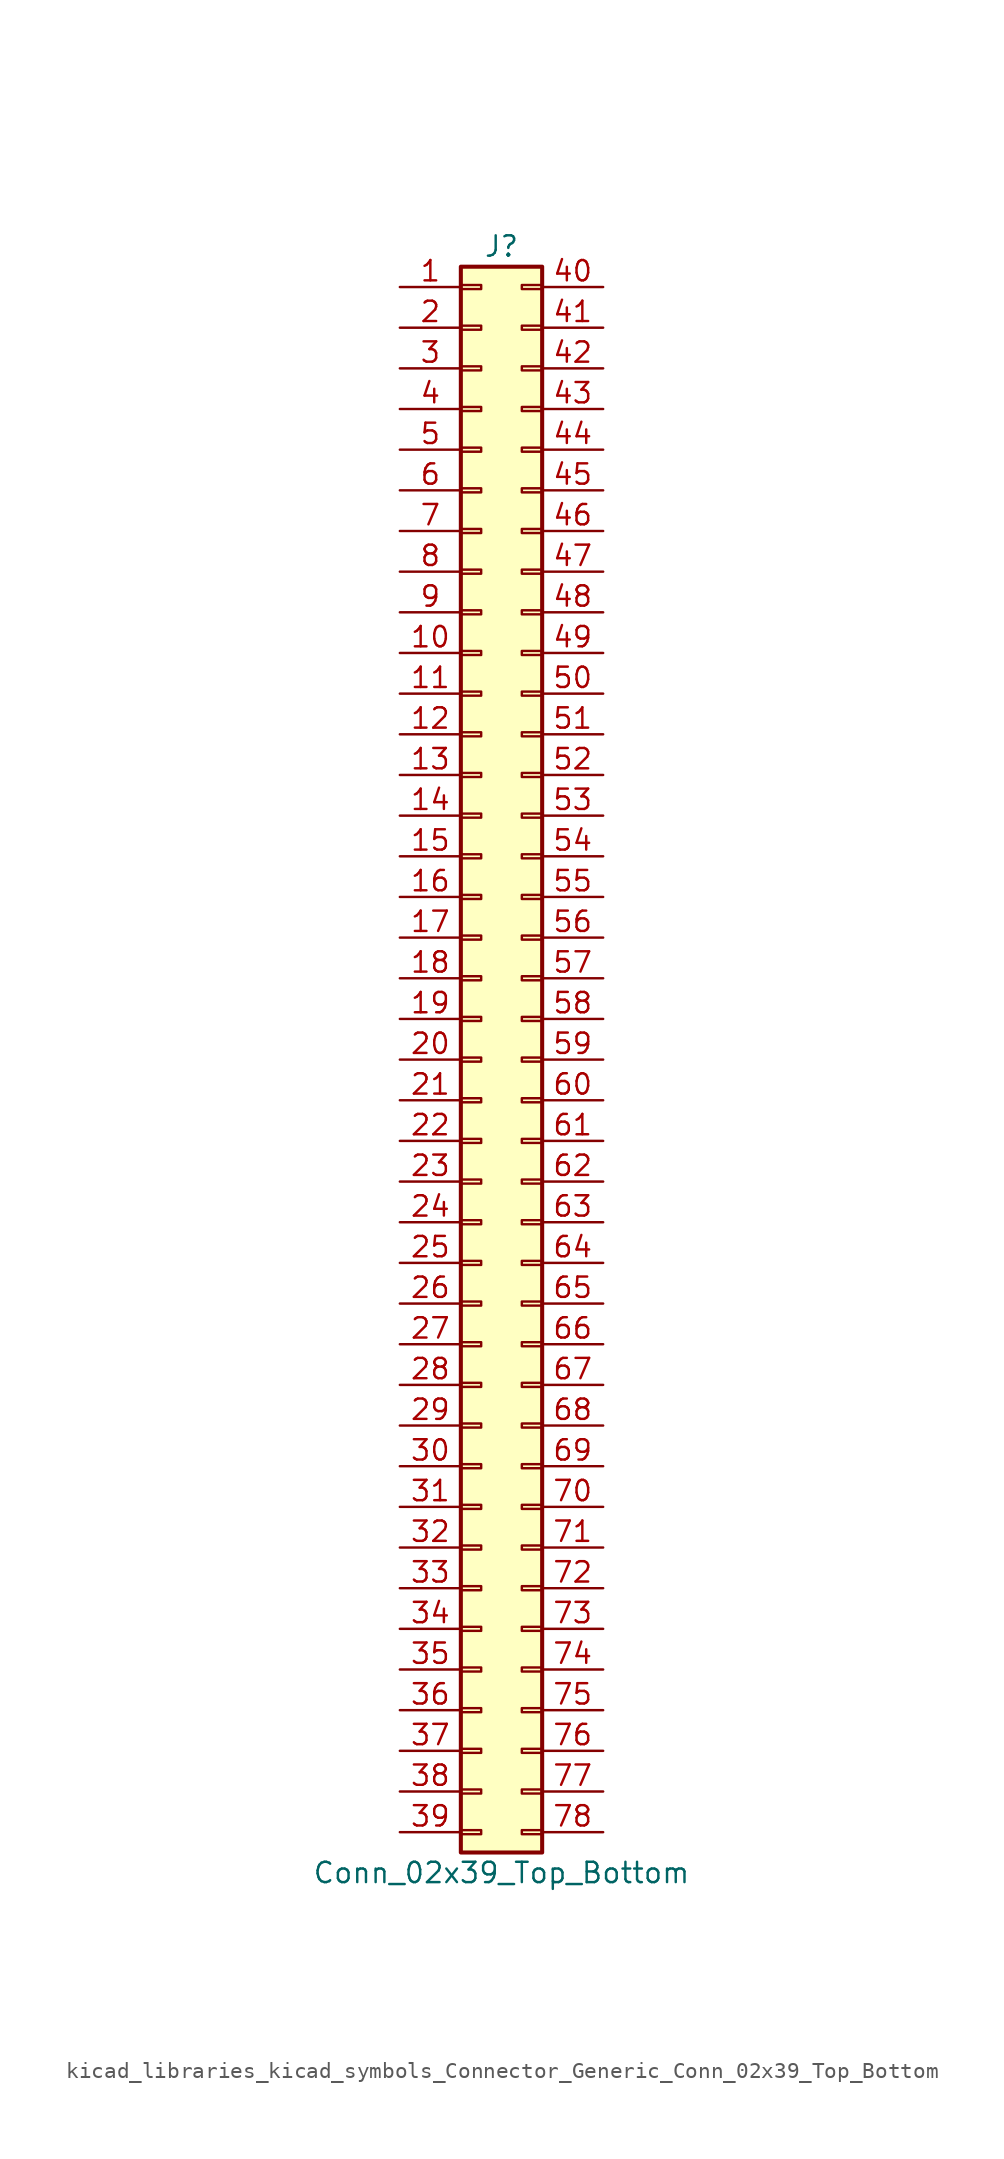
<source format=kicad_sym>
(kicad_symbol_lib
  (version 20220914)
  (generator kicad_symbol_editor)
  (symbol "kicad_libraries_kicad_symbols_Connector_Generic_Conn_02x39_Top_Bottom"
    (pin_names
      (offset 1.016) hide)
    (property "Reference" "J"
      (at 1.27 50.8 0)
      (effects (font (size 1.27 1.27))))
    (property "Value" "Conn_02x39_Top_Bottom"
      (at 1.27 -50.8 0)
      (effects (font (size 1.27 1.27))))
    (symbol "kicad_libraries_kicad_symbols_Connector_Generic_Conn_02x39_Top_Bottom_1_1"
      (rectangle (start -1.27 -48.133) (end 0 -48.387) (stroke (width 0.152) (type default)) (fill (type none)))
      (rectangle (start -1.27 -45.593) (end 0 -45.847) (stroke (width 0.152) (type default)) (fill (type none)))
      (rectangle (start -1.27 -43.053) (end 0 -43.307) (stroke (width 0.152) (type default)) (fill (type none)))
      (rectangle (start -1.27 -40.513) (end 0 -40.767) (stroke (width 0.152) (type default)) (fill (type none)))
      (rectangle (start -1.27 -37.973) (end 0 -38.227) (stroke (width 0.152) (type default)) (fill (type none)))
      (rectangle (start -1.27 -35.433) (end 0 -35.687) (stroke (width 0.152) (type default)) (fill (type none)))
      (rectangle (start -1.27 -32.893) (end 0 -33.147) (stroke (width 0.152) (type default)) (fill (type none)))
      (rectangle (start -1.27 -30.353) (end 0 -30.607) (stroke (width 0.152) (type default)) (fill (type none)))
      (rectangle (start -1.27 -27.813) (end 0 -28.067) (stroke (width 0.152) (type default)) (fill (type none)))
      (rectangle (start -1.27 -25.273) (end 0 -25.527) (stroke (width 0.152) (type default)) (fill (type none)))
      (rectangle (start -1.27 -22.733) (end 0 -22.987) (stroke (width 0.152) (type default)) (fill (type none)))
      (rectangle (start -1.27 -20.193) (end 0 -20.447) (stroke (width 0.152) (type default)) (fill (type none)))
      (rectangle (start -1.27 -17.653) (end 0 -17.907) (stroke (width 0.152) (type default)) (fill (type none)))
      (rectangle (start -1.27 -15.113) (end 0 -15.367) (stroke (width 0.152) (type default)) (fill (type none)))
      (rectangle (start -1.27 -12.573) (end 0 -12.827) (stroke (width 0.152) (type default)) (fill (type none)))
      (rectangle (start -1.27 -10.033) (end 0 -10.287) (stroke (width 0.152) (type default)) (fill (type none)))
      (rectangle (start -1.27 -7.493) (end 0 -7.747) (stroke (width 0.152) (type default)) (fill (type none)))
      (rectangle (start -1.27 -4.953) (end 0 -5.207) (stroke (width 0.152) (type default)) (fill (type none)))
      (rectangle (start -1.27 -2.413) (end 0 -2.667) (stroke (width 0.152) (type default)) (fill (type none)))
      (rectangle (start -1.27 0.127) (end 0 -0.127) (stroke (width 0.152) (type default)) (fill (type none)))
      (rectangle (start -1.27 2.667) (end 0 2.413) (stroke (width 0.152) (type default)) (fill (type none)))
      (rectangle (start -1.27 5.207) (end 0 4.953) (stroke (width 0.152) (type default)) (fill (type none)))
      (rectangle (start -1.27 7.747) (end 0 7.493) (stroke (width 0.152) (type default)) (fill (type none)))
      (rectangle (start -1.27 10.287) (end 0 10.033) (stroke (width 0.152) (type default)) (fill (type none)))
      (rectangle (start -1.27 12.827) (end 0 12.573) (stroke (width 0.152) (type default)) (fill (type none)))
      (rectangle (start -1.27 15.367) (end 0 15.113) (stroke (width 0.152) (type default)) (fill (type none)))
      (rectangle (start -1.27 17.907) (end 0 17.653) (stroke (width 0.152) (type default)) (fill (type none)))
      (rectangle (start -1.27 20.447) (end 0 20.193) (stroke (width 0.152) (type default)) (fill (type none)))
      (rectangle (start -1.27 22.987) (end 0 22.733) (stroke (width 0.152) (type default)) (fill (type none)))
      (rectangle (start -1.27 25.527) (end 0 25.273) (stroke (width 0.152) (type default)) (fill (type none)))
      (rectangle (start -1.27 28.067) (end 0 27.813) (stroke (width 0.152) (type default)) (fill (type none)))
      (rectangle (start -1.27 30.607) (end 0 30.353) (stroke (width 0.152) (type default)) (fill (type none)))
      (rectangle (start -1.27 33.147) (end 0 32.893) (stroke (width 0.152) (type default)) (fill (type none)))
      (rectangle (start -1.27 35.687) (end 0 35.433) (stroke (width 0.152) (type default)) (fill (type none)))
      (rectangle (start -1.27 38.227) (end 0 37.973) (stroke (width 0.152) (type default)) (fill (type none)))
      (rectangle (start -1.27 40.767) (end 0 40.513) (stroke (width 0.152) (type default)) (fill (type none)))
      (rectangle (start -1.27 43.307) (end 0 43.053) (stroke (width 0.152) (type default)) (fill (type none)))
      (rectangle (start -1.27 45.847) (end 0 45.593) (stroke (width 0.152) (type default)) (fill (type none)))
      (rectangle (start -1.27 48.387) (end 0 48.133) (stroke (width 0.152) (type default)) (fill (type none)))
      (rectangle (start -1.27 49.53) (end 3.81 -49.53) (stroke (width 0.254) (type default)) (fill (type background)))
      (rectangle (start 3.81 -48.133) (end 2.54 -48.387) (stroke (width 0.152) (type default)) (fill (type none)))
      (rectangle (start 3.81 -45.593) (end 2.54 -45.847) (stroke (width 0.152) (type default)) (fill (type none)))
      (rectangle (start 3.81 -43.053) (end 2.54 -43.307) (stroke (width 0.152) (type default)) (fill (type none)))
      (rectangle (start 3.81 -40.513) (end 2.54 -40.767) (stroke (width 0.152) (type default)) (fill (type none)))
      (rectangle (start 3.81 -37.973) (end 2.54 -38.227) (stroke (width 0.152) (type default)) (fill (type none)))
      (rectangle (start 3.81 -35.433) (end 2.54 -35.687) (stroke (width 0.152) (type default)) (fill (type none)))
      (rectangle (start 3.81 -32.893) (end 2.54 -33.147) (stroke (width 0.152) (type default)) (fill (type none)))
      (rectangle (start 3.81 -30.353) (end 2.54 -30.607) (stroke (width 0.152) (type default)) (fill (type none)))
      (rectangle (start 3.81 -27.813) (end 2.54 -28.067) (stroke (width 0.152) (type default)) (fill (type none)))
      (rectangle (start 3.81 -25.273) (end 2.54 -25.527) (stroke (width 0.152) (type default)) (fill (type none)))
      (rectangle (start 3.81 -22.733) (end 2.54 -22.987) (stroke (width 0.152) (type default)) (fill (type none)))
      (rectangle (start 3.81 -20.193) (end 2.54 -20.447) (stroke (width 0.152) (type default)) (fill (type none)))
      (rectangle (start 3.81 -17.653) (end 2.54 -17.907) (stroke (width 0.152) (type default)) (fill (type none)))
      (rectangle (start 3.81 -15.113) (end 2.54 -15.367) (stroke (width 0.152) (type default)) (fill (type none)))
      (rectangle (start 3.81 -12.573) (end 2.54 -12.827) (stroke (width 0.152) (type default)) (fill (type none)))
      (rectangle (start 3.81 -10.033) (end 2.54 -10.287) (stroke (width 0.152) (type default)) (fill (type none)))
      (rectangle (start 3.81 -7.493) (end 2.54 -7.747) (stroke (width 0.152) (type default)) (fill (type none)))
      (rectangle (start 3.81 -4.953) (end 2.54 -5.207) (stroke (width 0.152) (type default)) (fill (type none)))
      (rectangle (start 3.81 -2.413) (end 2.54 -2.667) (stroke (width 0.152) (type default)) (fill (type none)))
      (rectangle (start 3.81 0.127) (end 2.54 -0.127) (stroke (width 0.152) (type default)) (fill (type none)))
      (rectangle (start 3.81 2.667) (end 2.54 2.413) (stroke (width 0.152) (type default)) (fill (type none)))
      (rectangle (start 3.81 5.207) (end 2.54 4.953) (stroke (width 0.152) (type default)) (fill (type none)))
      (rectangle (start 3.81 7.747) (end 2.54 7.493) (stroke (width 0.152) (type default)) (fill (type none)))
      (rectangle (start 3.81 10.287) (end 2.54 10.033) (stroke (width 0.152) (type default)) (fill (type none)))
      (rectangle (start 3.81 12.827) (end 2.54 12.573) (stroke (width 0.152) (type default)) (fill (type none)))
      (rectangle (start 3.81 15.367) (end 2.54 15.113) (stroke (width 0.152) (type default)) (fill (type none)))
      (rectangle (start 3.81 17.907) (end 2.54 17.653) (stroke (width 0.152) (type default)) (fill (type none)))
      (rectangle (start 3.81 20.447) (end 2.54 20.193) (stroke (width 0.152) (type default)) (fill (type none)))
      (rectangle (start 3.81 22.987) (end 2.54 22.733) (stroke (width 0.152) (type default)) (fill (type none)))
      (rectangle (start 3.81 25.527) (end 2.54 25.273) (stroke (width 0.152) (type default)) (fill (type none)))
      (rectangle (start 3.81 28.067) (end 2.54 27.813) (stroke (width 0.152) (type default)) (fill (type none)))
      (rectangle (start 3.81 30.607) (end 2.54 30.353) (stroke (width 0.152) (type default)) (fill (type none)))
      (rectangle (start 3.81 33.147) (end 2.54 32.893) (stroke (width 0.152) (type default)) (fill (type none)))
      (rectangle (start 3.81 35.687) (end 2.54 35.433) (stroke (width 0.152) (type default)) (fill (type none)))
      (rectangle (start 3.81 38.227) (end 2.54 37.973) (stroke (width 0.152) (type default)) (fill (type none)))
      (rectangle (start 3.81 40.767) (end 2.54 40.513) (stroke (width 0.152) (type default)) (fill (type none)))
      (rectangle (start 3.81 43.307) (end 2.54 43.053) (stroke (width 0.152) (type default)) (fill (type none)))
      (rectangle (start 3.81 45.847) (end 2.54 45.593) (stroke (width 0.152) (type default)) (fill (type none)))
      (rectangle (start 3.81 48.387) (end 2.54 48.133) (stroke (width 0.152) (type default)) (fill (type none)))
      (pin passive line (at -5.08 48.26 0) (length 3.81) (name "Pin_1" (effects (font (size 1.27 1.27)))) (number "1" (effects (font (size 1.27 1.27)))))
      (pin passive line (at -5.08 25.4 0) (length 3.81) (name "Pin_10" (effects (font (size 1.27 1.27)))) (number "10" (effects (font (size 1.27 1.27)))))
      (pin passive line (at -5.08 22.86 0) (length 3.81) (name "Pin_11" (effects (font (size 1.27 1.27)))) (number "11" (effects (font (size 1.27 1.27)))))
      (pin passive line (at -5.08 20.32 0) (length 3.81) (name "Pin_12" (effects (font (size 1.27 1.27)))) (number "12" (effects (font (size 1.27 1.27)))))
      (pin passive line (at -5.08 17.78 0) (length 3.81) (name "Pin_13" (effects (font (size 1.27 1.27)))) (number "13" (effects (font (size 1.27 1.27)))))
      (pin passive line (at -5.08 15.24 0) (length 3.81) (name "Pin_14" (effects (font (size 1.27 1.27)))) (number "14" (effects (font (size 1.27 1.27)))))
      (pin passive line (at -5.08 12.7 0) (length 3.81) (name "Pin_15" (effects (font (size 1.27 1.27)))) (number "15" (effects (font (size 1.27 1.27)))))
      (pin passive line (at -5.08 10.16 0) (length 3.81) (name "Pin_16" (effects (font (size 1.27 1.27)))) (number "16" (effects (font (size 1.27 1.27)))))
      (pin passive line (at -5.08 7.62 0) (length 3.81) (name "Pin_17" (effects (font (size 1.27 1.27)))) (number "17" (effects (font (size 1.27 1.27)))))
      (pin passive line (at -5.08 5.08 0) (length 3.81) (name "Pin_18" (effects (font (size 1.27 1.27)))) (number "18" (effects (font (size 1.27 1.27)))))
      (pin passive line (at -5.08 2.54 0) (length 3.81) (name "Pin_19" (effects (font (size 1.27 1.27)))) (number "19" (effects (font (size 1.27 1.27)))))
      (pin passive line (at -5.08 45.72 0) (length 3.81) (name "Pin_2" (effects (font (size 1.27 1.27)))) (number "2" (effects (font (size 1.27 1.27)))))
      (pin passive line (at -5.08 0 0) (length 3.81) (name "Pin_20" (effects (font (size 1.27 1.27)))) (number "20" (effects (font (size 1.27 1.27)))))
      (pin passive line (at -5.08 -2.54 0) (length 3.81) (name "Pin_21" (effects (font (size 1.27 1.27)))) (number "21" (effects (font (size 1.27 1.27)))))
      (pin passive line (at -5.08 -5.08 0) (length 3.81) (name "Pin_22" (effects (font (size 1.27 1.27)))) (number "22" (effects (font (size 1.27 1.27)))))
      (pin passive line (at -5.08 -7.62 0) (length 3.81) (name "Pin_23" (effects (font (size 1.27 1.27)))) (number "23" (effects (font (size 1.27 1.27)))))
      (pin passive line (at -5.08 -10.16 0) (length 3.81) (name "Pin_24" (effects (font (size 1.27 1.27)))) (number "24" (effects (font (size 1.27 1.27)))))
      (pin passive line (at -5.08 -12.7 0) (length 3.81) (name "Pin_25" (effects (font (size 1.27 1.27)))) (number "25" (effects (font (size 1.27 1.27)))))
      (pin passive line (at -5.08 -15.24 0) (length 3.81) (name "Pin_26" (effects (font (size 1.27 1.27)))) (number "26" (effects (font (size 1.27 1.27)))))
      (pin passive line (at -5.08 -17.78 0) (length 3.81) (name "Pin_27" (effects (font (size 1.27 1.27)))) (number "27" (effects (font (size 1.27 1.27)))))
      (pin passive line (at -5.08 -20.32 0) (length 3.81) (name "Pin_28" (effects (font (size 1.27 1.27)))) (number "28" (effects (font (size 1.27 1.27)))))
      (pin passive line (at -5.08 -22.86 0) (length 3.81) (name "Pin_29" (effects (font (size 1.27 1.27)))) (number "29" (effects (font (size 1.27 1.27)))))
      (pin passive line (at -5.08 43.18 0) (length 3.81) (name "Pin_3" (effects (font (size 1.27 1.27)))) (number "3" (effects (font (size 1.27 1.27)))))
      (pin passive line (at -5.08 -25.4 0) (length 3.81) (name "Pin_30" (effects (font (size 1.27 1.27)))) (number "30" (effects (font (size 1.27 1.27)))))
      (pin passive line (at -5.08 -27.94 0) (length 3.81) (name "Pin_31" (effects (font (size 1.27 1.27)))) (number "31" (effects (font (size 1.27 1.27)))))
      (pin passive line (at -5.08 -30.48 0) (length 3.81) (name "Pin_32" (effects (font (size 1.27 1.27)))) (number "32" (effects (font (size 1.27 1.27)))))
      (pin passive line (at -5.08 -33.02 0) (length 3.81) (name "Pin_33" (effects (font (size 1.27 1.27)))) (number "33" (effects (font (size 1.27 1.27)))))
      (pin passive line (at -5.08 -35.56 0) (length 3.81) (name "Pin_34" (effects (font (size 1.27 1.27)))) (number "34" (effects (font (size 1.27 1.27)))))
      (pin passive line (at -5.08 -38.1 0) (length 3.81) (name "Pin_35" (effects (font (size 1.27 1.27)))) (number "35" (effects (font (size 1.27 1.27)))))
      (pin passive line (at -5.08 -40.64 0) (length 3.81) (name "Pin_36" (effects (font (size 1.27 1.27)))) (number "36" (effects (font (size 1.27 1.27)))))
      (pin passive line (at -5.08 -43.18 0) (length 3.81) (name "Pin_37" (effects (font (size 1.27 1.27)))) (number "37" (effects (font (size 1.27 1.27)))))
      (pin passive line (at -5.08 -45.72 0) (length 3.81) (name "Pin_38" (effects (font (size 1.27 1.27)))) (number "38" (effects (font (size 1.27 1.27)))))
      (pin passive line (at -5.08 -48.26 0) (length 3.81) (name "Pin_39" (effects (font (size 1.27 1.27)))) (number "39" (effects (font (size 1.27 1.27)))))
      (pin passive line (at -5.08 40.64 0) (length 3.81) (name "Pin_4" (effects (font (size 1.27 1.27)))) (number "4" (effects (font (size 1.27 1.27)))))
      (pin passive line (at 7.62 48.26 180) (length 3.81) (name "Pin_40" (effects (font (size 1.27 1.27)))) (number "40" (effects (font (size 1.27 1.27)))))
      (pin passive line (at 7.62 45.72 180) (length 3.81) (name "Pin_41" (effects (font (size 1.27 1.27)))) (number "41" (effects (font (size 1.27 1.27)))))
      (pin passive line (at 7.62 43.18 180) (length 3.81) (name "Pin_42" (effects (font (size 1.27 1.27)))) (number "42" (effects (font (size 1.27 1.27)))))
      (pin passive line (at 7.62 40.64 180) (length 3.81) (name "Pin_43" (effects (font (size 1.27 1.27)))) (number "43" (effects (font (size 1.27 1.27)))))
      (pin passive line (at 7.62 38.1 180) (length 3.81) (name "Pin_44" (effects (font (size 1.27 1.27)))) (number "44" (effects (font (size 1.27 1.27)))))
      (pin passive line (at 7.62 35.56 180) (length 3.81) (name "Pin_45" (effects (font (size 1.27 1.27)))) (number "45" (effects (font (size 1.27 1.27)))))
      (pin passive line (at 7.62 33.02 180) (length 3.81) (name "Pin_46" (effects (font (size 1.27 1.27)))) (number "46" (effects (font (size 1.27 1.27)))))
      (pin passive line (at 7.62 30.48 180) (length 3.81) (name "Pin_47" (effects (font (size 1.27 1.27)))) (number "47" (effects (font (size 1.27 1.27)))))
      (pin passive line (at 7.62 27.94 180) (length 3.81) (name "Pin_48" (effects (font (size 1.27 1.27)))) (number "48" (effects (font (size 1.27 1.27)))))
      (pin passive line (at 7.62 25.4 180) (length 3.81) (name "Pin_49" (effects (font (size 1.27 1.27)))) (number "49" (effects (font (size 1.27 1.27)))))
      (pin passive line (at -5.08 38.1 0) (length 3.81) (name "Pin_5" (effects (font (size 1.27 1.27)))) (number "5" (effects (font (size 1.27 1.27)))))
      (pin passive line (at 7.62 22.86 180) (length 3.81) (name "Pin_50" (effects (font (size 1.27 1.27)))) (number "50" (effects (font (size 1.27 1.27)))))
      (pin passive line (at 7.62 20.32 180) (length 3.81) (name "Pin_51" (effects (font (size 1.27 1.27)))) (number "51" (effects (font (size 1.27 1.27)))))
      (pin passive line (at 7.62 17.78 180) (length 3.81) (name "Pin_52" (effects (font (size 1.27 1.27)))) (number "52" (effects (font (size 1.27 1.27)))))
      (pin passive line (at 7.62 15.24 180) (length 3.81) (name "Pin_53" (effects (font (size 1.27 1.27)))) (number "53" (effects (font (size 1.27 1.27)))))
      (pin passive line (at 7.62 12.7 180) (length 3.81) (name "Pin_54" (effects (font (size 1.27 1.27)))) (number "54" (effects (font (size 1.27 1.27)))))
      (pin passive line (at 7.62 10.16 180) (length 3.81) (name "Pin_55" (effects (font (size 1.27 1.27)))) (number "55" (effects (font (size 1.27 1.27)))))
      (pin passive line (at 7.62 7.62 180) (length 3.81) (name "Pin_56" (effects (font (size 1.27 1.27)))) (number "56" (effects (font (size 1.27 1.27)))))
      (pin passive line (at 7.62 5.08 180) (length 3.81) (name "Pin_57" (effects (font (size 1.27 1.27)))) (number "57" (effects (font (size 1.27 1.27)))))
      (pin passive line (at 7.62 2.54 180) (length 3.81) (name "Pin_58" (effects (font (size 1.27 1.27)))) (number "58" (effects (font (size 1.27 1.27)))))
      (pin passive line (at 7.62 0 180) (length 3.81) (name "Pin_59" (effects (font (size 1.27 1.27)))) (number "59" (effects (font (size 1.27 1.27)))))
      (pin passive line (at -5.08 35.56 0) (length 3.81) (name "Pin_6" (effects (font (size 1.27 1.27)))) (number "6" (effects (font (size 1.27 1.27)))))
      (pin passive line (at 7.62 -2.54 180) (length 3.81) (name "Pin_60" (effects (font (size 1.27 1.27)))) (number "60" (effects (font (size 1.27 1.27)))))
      (pin passive line (at 7.62 -5.08 180) (length 3.81) (name "Pin_61" (effects (font (size 1.27 1.27)))) (number "61" (effects (font (size 1.27 1.27)))))
      (pin passive line (at 7.62 -7.62 180) (length 3.81) (name "Pin_62" (effects (font (size 1.27 1.27)))) (number "62" (effects (font (size 1.27 1.27)))))
      (pin passive line (at 7.62 -10.16 180) (length 3.81) (name "Pin_63" (effects (font (size 1.27 1.27)))) (number "63" (effects (font (size 1.27 1.27)))))
      (pin passive line (at 7.62 -12.7 180) (length 3.81) (name "Pin_64" (effects (font (size 1.27 1.27)))) (number "64" (effects (font (size 1.27 1.27)))))
      (pin passive line (at 7.62 -15.24 180) (length 3.81) (name "Pin_65" (effects (font (size 1.27 1.27)))) (number "65" (effects (font (size 1.27 1.27)))))
      (pin passive line (at 7.62 -17.78 180) (length 3.81) (name "Pin_66" (effects (font (size 1.27 1.27)))) (number "66" (effects (font (size 1.27 1.27)))))
      (pin passive line (at 7.62 -20.32 180) (length 3.81) (name "Pin_67" (effects (font (size 1.27 1.27)))) (number "67" (effects (font (size 1.27 1.27)))))
      (pin passive line (at 7.62 -22.86 180) (length 3.81) (name "Pin_68" (effects (font (size 1.27 1.27)))) (number "68" (effects (font (size 1.27 1.27)))))
      (pin passive line (at 7.62 -25.4 180) (length 3.81) (name "Pin_69" (effects (font (size 1.27 1.27)))) (number "69" (effects (font (size 1.27 1.27)))))
      (pin passive line (at -5.08 33.02 0) (length 3.81) (name "Pin_7" (effects (font (size 1.27 1.27)))) (number "7" (effects (font (size 1.27 1.27)))))
      (pin passive line (at 7.62 -27.94 180) (length 3.81) (name "Pin_70" (effects (font (size 1.27 1.27)))) (number "70" (effects (font (size 1.27 1.27)))))
      (pin passive line (at 7.62 -30.48 180) (length 3.81) (name "Pin_71" (effects (font (size 1.27 1.27)))) (number "71" (effects (font (size 1.27 1.27)))))
      (pin passive line (at 7.62 -33.02 180) (length 3.81) (name "Pin_72" (effects (font (size 1.27 1.27)))) (number "72" (effects (font (size 1.27 1.27)))))
      (pin passive line (at 7.62 -35.56 180) (length 3.81) (name "Pin_73" (effects (font (size 1.27 1.27)))) (number "73" (effects (font (size 1.27 1.27)))))
      (pin passive line (at 7.62 -38.1 180) (length 3.81) (name "Pin_74" (effects (font (size 1.27 1.27)))) (number "74" (effects (font (size 1.27 1.27)))))
      (pin passive line (at 7.62 -40.64 180) (length 3.81) (name "Pin_75" (effects (font (size 1.27 1.27)))) (number "75" (effects (font (size 1.27 1.27)))))
      (pin passive line (at 7.62 -43.18 180) (length 3.81) (name "Pin_76" (effects (font (size 1.27 1.27)))) (number "76" (effects (font (size 1.27 1.27)))))
      (pin passive line (at 7.62 -45.72 180) (length 3.81) (name "Pin_77" (effects (font (size 1.27 1.27)))) (number "77" (effects (font (size 1.27 1.27)))))
      (pin passive line (at 7.62 -48.26 180) (length 3.81) (name "Pin_78" (effects (font (size 1.27 1.27)))) (number "78" (effects (font (size 1.27 1.27)))))
      (pin passive line (at -5.08 30.48 0) (length 3.81) (name "Pin_8" (effects (font (size 1.27 1.27)))) (number "8" (effects (font (size 1.27 1.27)))))
      (pin passive line (at -5.08 27.94 0) (length 3.81) (name "Pin_9" (effects (font (size 1.27 1.27)))) (number "9" (effects (font (size 1.27 1.27))))))))
</source>
